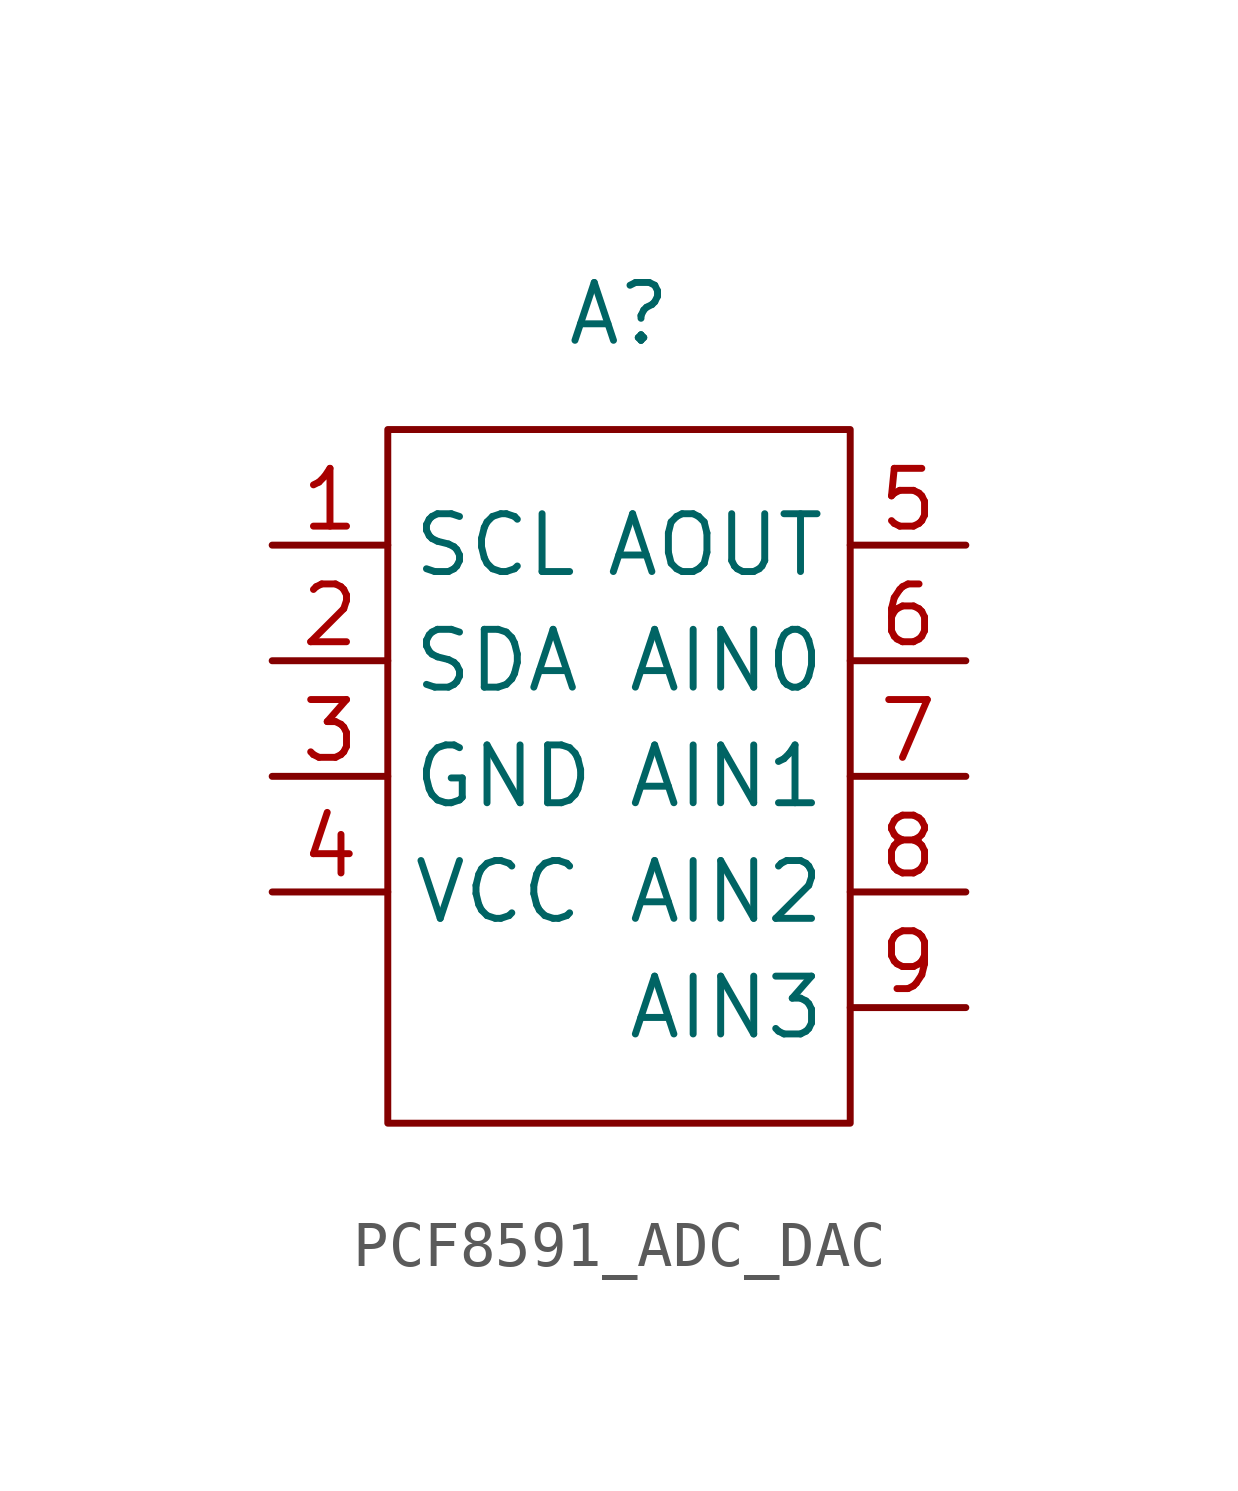
<source format=kicad_sym>
(kicad_symbol_lib
  (version 20220914)
  (generator kicad_symbol_editor)
  (symbol "PCF8591_ADC_DAC"
    (property "Reference" "A"
      (at 0 10.16 0)
      (effects (font (size 1.27 1.27))))
    (property "Value" ""
      (at -5.08 0 0)
      (effects (font (size 1.27 1.27))))
    (symbol "PCF8591_ADC_DAC_0_1"
      (rectangle (start -5.08 7.62) (end 5.08 -7.62) (stroke (width 0) (type default)) (fill (type none))))
    (symbol "PCF8591_ADC_DAC_1_1"
      (pin input line (at -7.62 5.08 0) (length 2.54) (name "SCL" (effects (font (size 1.27 1.27)))) (number "1" (effects (font (size 1.27 1.27)))))
      (pin input line (at -7.62 2.54 0) (length 2.54) (name "SDA" (effects (font (size 1.27 1.27)))) (number "2" (effects (font (size 1.27 1.27)))))
      (pin input line (at -7.62 0 0) (length 2.54) (name "GND" (effects (font (size 1.27 1.27)))) (number "3" (effects (font (size 1.27 1.27)))))
      (pin input line (at -7.62 -2.54 0) (length 2.54) (name "VCC" (effects (font (size 1.27 1.27)))) (number "4" (effects (font (size 1.27 1.27)))))
      (pin output line (at 7.62 5.08 180) (length 2.54) (name "AOUT" (effects (font (size 1.27 1.27)))) (number "5" (effects (font (size 1.27 1.27)))))
      (pin output line (at 7.62 2.54 180) (length 2.54) (name "AIN0" (effects (font (size 1.27 1.27)))) (number "6" (effects (font (size 1.27 1.27)))))
      (pin output line (at 7.62 0 180) (length 2.54) (name "AIN1" (effects (font (size 1.27 1.27)))) (number "7" (effects (font (size 1.27 1.27)))))
      (pin output line (at 7.62 -2.54 180) (length 2.54) (name "AIN2" (effects (font (size 1.27 1.27)))) (number "8" (effects (font (size 1.27 1.27)))))
      (pin output line (at 7.62 -5.08 180) (length 2.54) (name "AIN3" (effects (font (size 1.27 1.27)))) (number "9" (effects (font (size 1.27 1.27))))))))
</source>
